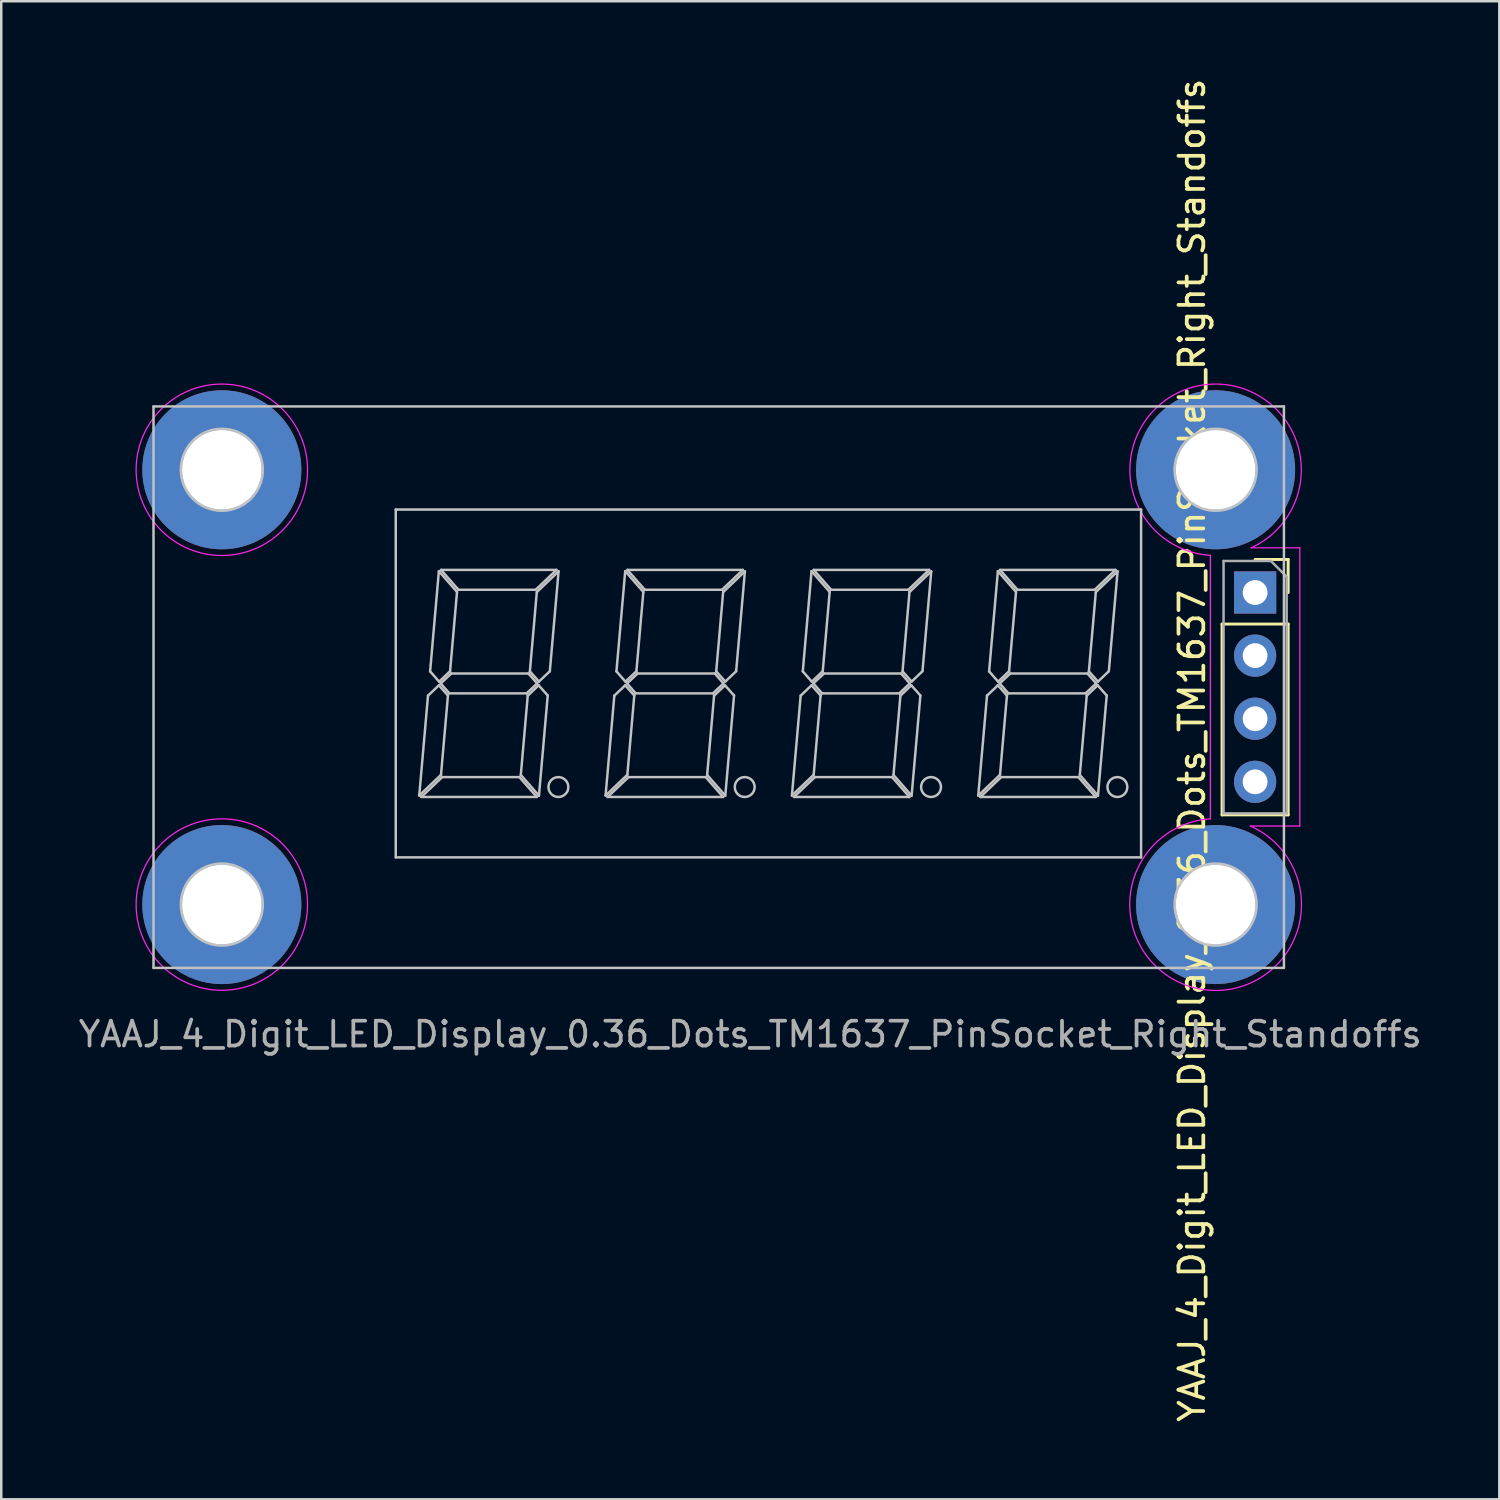
<source format=kicad_pcb>
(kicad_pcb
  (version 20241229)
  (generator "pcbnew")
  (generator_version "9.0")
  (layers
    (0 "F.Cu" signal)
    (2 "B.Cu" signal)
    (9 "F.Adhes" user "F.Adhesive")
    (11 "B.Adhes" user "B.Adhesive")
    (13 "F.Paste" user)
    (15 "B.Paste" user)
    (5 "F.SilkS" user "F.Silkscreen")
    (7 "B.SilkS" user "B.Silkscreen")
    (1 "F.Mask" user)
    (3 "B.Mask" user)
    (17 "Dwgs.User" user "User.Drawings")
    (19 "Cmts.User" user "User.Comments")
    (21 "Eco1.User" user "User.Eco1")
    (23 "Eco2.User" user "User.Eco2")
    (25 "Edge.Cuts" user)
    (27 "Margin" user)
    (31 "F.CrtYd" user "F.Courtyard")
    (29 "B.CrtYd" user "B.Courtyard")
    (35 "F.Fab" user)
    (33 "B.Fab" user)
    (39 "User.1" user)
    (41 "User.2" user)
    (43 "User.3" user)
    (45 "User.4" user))
  (footprint "YAAJ_4_Digit_LED_Display_0.36_Dots_TM1637_PinSocket_Right_Standoffs"
    (layer "F.Cu")
    (at 47.469 20.799)
    (property "Reference" "YAAJ_4_Digit_LED_Display_0.36_Dots_TM1637_PinSocket_Right_Standoffs" (at -2.54 6.35 90) (layer "F.SilkS") (effects (font (size 1 1) (thickness 0.15))))
    (attr through_hole)
    (fp_line (start -1.33 1.27) (end -1.33 8.95) (stroke (width 0.12) (type solid)) (layer "F.SilkS"))
    (fp_line (start -1.33 1.27) (end 1.33 1.27) (stroke (width 0.12) (type solid)) (layer "F.SilkS"))
    (fp_line (start -1.33 8.95) (end 1.33 8.95) (stroke (width 0.12) (type solid)) (layer "F.SilkS"))
    (fp_line (start 0 -1.33) (end 1.33 -1.33) (stroke (width 0.12) (type solid)) (layer "F.SilkS"))
    (fp_line (start 1.33 -1.33) (end 1.33 0) (stroke (width 0.12) (type solid)) (layer "F.SilkS"))
    (fp_line (start 1.33 1.27) (end 1.33 8.95) (stroke (width 0.12) (type solid)) (layer "F.SilkS"))
    (fp_line (start -44.34 -7.49) (end -44.34 15.11) (stroke (width 0.1) (type solid)) (layer "Dwgs.User"))
    (fp_line (start -44.34 15.11) (end 1.16 15.11) (stroke (width 0.1) (type solid)) (layer "Dwgs.User"))
    (fp_line (start -34.59 -3.34) (end -34.59 10.66) (stroke (width 0.1) (type solid)) (layer "Dwgs.User"))
    (fp_line (start -34.59 10.66) (end -4.59 10.66) (stroke (width 0.1) (type solid)) (layer "Dwgs.User"))
    (fp_line (start -33.644 8.172) (end -32.768 7.338) (stroke (width 0.1) (type solid)) (layer "Dwgs.User"))
    (fp_line (start -33.56 8.23) (end -28.913 8.23) (stroke (width 0.1) (type solid)) (layer "Dwgs.User"))
    (fp_line (start -33.292 4.152) (end -33.644 8.172) (stroke (width 0.1) (type solid)) (layer "Dwgs.User"))
    (fp_line (start -33.207 3.174) (end -32.844 3.588) (stroke (width 0.1) (type solid)) (layer "Dwgs.User"))
    (fp_line (start -32.854 3.735) (end -33.292 4.152) (stroke (width 0.1) (type solid)) (layer "Dwgs.User"))
    (fp_line (start -32.854 -0.858) (end -33.207 3.174) (stroke (width 0.1) (type solid)) (layer "Dwgs.User"))
    (fp_line (start -32.844 3.588) (end -32.403 3.168) (stroke (width 0.1) (type solid)) (layer "Dwgs.User"))
    (fp_line (start -32.781 3.66) (end -32.431 4.06) (stroke (width 0.1) (type solid)) (layer "Dwgs.User"))
    (fp_line (start -32.768 7.338) (end -32.489 4.146) (stroke (width 0.1) (type solid)) (layer "Dwgs.User"))
    (fp_line (start -32.767 -0.91) (end -32.066 -0.11) (stroke (width 0.1) (type solid)) (layer "Dwgs.User"))
    (fp_line (start -32.72 7.43) (end -33.56 8.23) (stroke (width 0.1) (type solid)) (layer "Dwgs.User"))
    (fp_line (start -32.489 4.146) (end -32.854 3.735) (stroke (width 0.1) (type solid)) (layer "Dwgs.User"))
    (fp_line (start -32.431 4.06) (end -29.325 4.06) (stroke (width 0.1) (type solid)) (layer "Dwgs.User"))
    (fp_line (start -32.403 3.168) (end -32.124 -0.024) (stroke (width 0.1) (type solid)) (layer "Dwgs.User"))
    (fp_line (start -32.355 3.26) (end -32.781 3.66) (stroke (width 0.1) (type solid)) (layer "Dwgs.User"))
    (fp_line (start -32.124 -0.024) (end -32.854 -0.858) (stroke (width 0.1) (type solid)) (layer "Dwgs.User"))
    (fp_line (start -32.066 -0.11) (end -28.96 -0.11) (stroke (width 0.1) (type solid)) (layer "Dwgs.User"))
    (fp_line (start -29.614 7.43) (end -32.72 7.43) (stroke (width 0.1) (type solid)) (layer "Dwgs.User"))
    (fp_line (start -29.556 7.344) (end -28.826 8.178) (stroke (width 0.1) (type solid)) (layer "Dwgs.User"))
    (fp_line (start -29.325 4.06) (end -28.899 3.66) (stroke (width 0.1) (type solid)) (layer "Dwgs.User"))
    (fp_line (start -29.277 4.152) (end -29.556 7.344) (stroke (width 0.1) (type solid)) (layer "Dwgs.User"))
    (fp_line (start -29.249 3.26) (end -32.355 3.26) (stroke (width 0.1) (type solid)) (layer "Dwgs.User"))
    (fp_line (start -29.191 3.174) (end -28.826 3.585) (stroke (width 0.1) (type solid)) (layer "Dwgs.User"))
    (fp_line (start -28.96 -0.11) (end -28.12 -0.91) (stroke (width 0.1) (type solid)) (layer "Dwgs.User"))
    (fp_line (start -28.913 8.23) (end -29.614 7.43) (stroke (width 0.1) (type solid)) (layer "Dwgs.User"))
    (fp_line (start -28.912 -0.018) (end -29.191 3.174) (stroke (width 0.1) (type solid)) (layer "Dwgs.User"))
    (fp_line (start -28.899 3.66) (end -29.249 3.26) (stroke (width 0.1) (type solid)) (layer "Dwgs.User"))
    (fp_line (start -28.839 3.735) (end -29.277 4.152) (stroke (width 0.1) (type solid)) (layer "Dwgs.User"))
    (fp_line (start -28.826 8.178) (end -28.473 4.146) (stroke (width 0.1) (type solid)) (layer "Dwgs.User"))
    (fp_line (start -28.826 3.585) (end -28.388 3.168) (stroke (width 0.1) (type solid)) (layer "Dwgs.User"))
    (fp_line (start -28.473 4.146) (end -28.839 3.735) (stroke (width 0.1) (type solid)) (layer "Dwgs.User"))
    (fp_line (start -28.388 3.168) (end -28.036 -0.852) (stroke (width 0.1) (type solid)) (layer "Dwgs.User"))
    (fp_line (start -28.12 -0.91) (end -32.767 -0.91) (stroke (width 0.1) (type solid)) (layer "Dwgs.User"))
    (fp_line (start -28.036 -0.852) (end -28.912 -0.018) (stroke (width 0.1) (type solid)) (layer "Dwgs.User"))
    (fp_line (start -26.144 8.172) (end -25.268 7.338) (stroke (width 0.1) (type solid)) (layer "Dwgs.User"))
    (fp_line (start -26.06 8.23) (end -21.413 8.23) (stroke (width 0.1) (type solid)) (layer "Dwgs.User"))
    (fp_line (start -25.792 4.152) (end -26.144 8.172) (stroke (width 0.1) (type solid)) (layer "Dwgs.User"))
    (fp_line (start -25.707 3.174) (end -25.344 3.588) (stroke (width 0.1) (type solid)) (layer "Dwgs.User"))
    (fp_line (start -25.354 3.735) (end -25.792 4.152) (stroke (width 0.1) (type solid)) (layer "Dwgs.User"))
    (fp_line (start -25.354 -0.858) (end -25.707 3.174) (stroke (width 0.1) (type solid)) (layer "Dwgs.User"))
    (fp_line (start -25.344 3.588) (end -24.903 3.168) (stroke (width 0.1) (type solid)) (layer "Dwgs.User"))
    (fp_line (start -25.281 3.66) (end -24.931 4.06) (stroke (width 0.1) (type solid)) (layer "Dwgs.User"))
    (fp_line (start -25.268 7.338) (end -24.989 4.146) (stroke (width 0.1) (type solid)) (layer "Dwgs.User"))
    (fp_line (start -25.267 -0.91) (end -24.566 -0.11) (stroke (width 0.1) (type solid)) (layer "Dwgs.User"))
    (fp_line (start -25.22 7.43) (end -26.06 8.23) (stroke (width 0.1) (type solid)) (layer "Dwgs.User"))
    (fp_line (start -24.989 4.146) (end -25.354 3.735) (stroke (width 0.1) (type solid)) (layer "Dwgs.User"))
    (fp_line (start -24.931 4.06) (end -21.825 4.06) (stroke (width 0.1) (type solid)) (layer "Dwgs.User"))
    (fp_line (start -24.903 3.168) (end -24.624 -0.024) (stroke (width 0.1) (type solid)) (layer "Dwgs.User"))
    (fp_line (start -24.855 3.26) (end -25.281 3.66) (stroke (width 0.1) (type solid)) (layer "Dwgs.User"))
    (fp_line (start -24.624 -0.024) (end -25.354 -0.858) (stroke (width 0.1) (type solid)) (layer "Dwgs.User"))
    (fp_line (start -24.566 -0.11) (end -21.46 -0.11) (stroke (width 0.1) (type solid)) (layer "Dwgs.User"))
    (fp_line (start -22.114 7.43) (end -25.22 7.43) (stroke (width 0.1) (type solid)) (layer "Dwgs.User"))
    (fp_line (start -22.056 7.344) (end -21.326 8.178) (stroke (width 0.1) (type solid)) (layer "Dwgs.User"))
    (fp_line (start -21.825 4.06) (end -21.399 3.66) (stroke (width 0.1) (type solid)) (layer "Dwgs.User"))
    (fp_line (start -21.777 4.152) (end -22.056 7.344) (stroke (width 0.1) (type solid)) (layer "Dwgs.User"))
    (fp_line (start -21.749 3.26) (end -24.855 3.26) (stroke (width 0.1) (type solid)) (layer "Dwgs.User"))
    (fp_line (start -21.691 3.174) (end -21.326 3.585) (stroke (width 0.1) (type solid)) (layer "Dwgs.User"))
    (fp_line (start -21.46 -0.11) (end -20.62 -0.91) (stroke (width 0.1) (type solid)) (layer "Dwgs.User"))
    (fp_line (start -21.413 8.23) (end -22.114 7.43) (stroke (width 0.1) (type solid)) (layer "Dwgs.User"))
    (fp_line (start -21.412 -0.018) (end -21.691 3.174) (stroke (width 0.1) (type solid)) (layer "Dwgs.User"))
    (fp_line (start -21.399 3.66) (end -21.749 3.26) (stroke (width 0.1) (type solid)) (layer "Dwgs.User"))
    (fp_line (start -21.339 3.735) (end -21.777 4.152) (stroke (width 0.1) (type solid)) (layer "Dwgs.User"))
    (fp_line (start -21.326 8.178) (end -20.973 4.146) (stroke (width 0.1) (type solid)) (layer "Dwgs.User"))
    (fp_line (start -21.326 3.585) (end -20.888 3.168) (stroke (width 0.1) (type solid)) (layer "Dwgs.User"))
    (fp_line (start -20.973 4.146) (end -21.339 3.735) (stroke (width 0.1) (type solid)) (layer "Dwgs.User"))
    (fp_line (start -20.888 3.168) (end -20.536 -0.852) (stroke (width 0.1) (type solid)) (layer "Dwgs.User"))
    (fp_line (start -20.62 -0.91) (end -25.267 -0.91) (stroke (width 0.1) (type solid)) (layer "Dwgs.User"))
    (fp_line (start -20.536 -0.852) (end -21.412 -0.018) (stroke (width 0.1) (type solid)) (layer "Dwgs.User"))
    (fp_line (start -18.644 8.172) (end -17.768 7.338) (stroke (width 0.1) (type solid)) (layer "Dwgs.User"))
    (fp_line (start -18.56 8.23) (end -13.913 8.23) (stroke (width 0.1) (type solid)) (layer "Dwgs.User"))
    (fp_line (start -18.292 4.152) (end -18.644 8.172) (stroke (width 0.1) (type solid)) (layer "Dwgs.User"))
    (fp_line (start -18.207 3.174) (end -17.844 3.588) (stroke (width 0.1) (type solid)) (layer "Dwgs.User"))
    (fp_line (start -17.854 3.735) (end -18.292 4.152) (stroke (width 0.1) (type solid)) (layer "Dwgs.User"))
    (fp_line (start -17.854 -0.858) (end -18.207 3.174) (stroke (width 0.1) (type solid)) (layer "Dwgs.User"))
    (fp_line (start -17.844 3.588) (end -17.403 3.168) (stroke (width 0.1) (type solid)) (layer "Dwgs.User"))
    (fp_line (start -17.781 3.66) (end -17.431 4.06) (stroke (width 0.1) (type solid)) (layer "Dwgs.User"))
    (fp_line (start -17.768 7.338) (end -17.489 4.146) (stroke (width 0.1) (type solid)) (layer "Dwgs.User"))
    (fp_line (start -17.767 -0.91) (end -17.066 -0.11) (stroke (width 0.1) (type solid)) (layer "Dwgs.User"))
    (fp_line (start -17.72 7.43) (end -18.56 8.23) (stroke (width 0.1) (type solid)) (layer "Dwgs.User"))
    (fp_line (start -17.489 4.146) (end -17.854 3.735) (stroke (width 0.1) (type solid)) (layer "Dwgs.User"))
    (fp_line (start -17.431 4.06) (end -14.325 4.06) (stroke (width 0.1) (type solid)) (layer "Dwgs.User"))
    (fp_line (start -17.403 3.168) (end -17.124 -0.024) (stroke (width 0.1) (type solid)) (layer "Dwgs.User"))
    (fp_line (start -17.355 3.26) (end -17.781 3.66) (stroke (width 0.1) (type solid)) (layer "Dwgs.User"))
    (fp_line (start -17.124 -0.024) (end -17.854 -0.858) (stroke (width 0.1) (type solid)) (layer "Dwgs.User"))
    (fp_line (start -17.066 -0.11) (end -13.96 -0.11) (stroke (width 0.1) (type solid)) (layer "Dwgs.User"))
    (fp_line (start -14.614 7.43) (end -17.72 7.43) (stroke (width 0.1) (type solid)) (layer "Dwgs.User"))
    (fp_line (start -14.556 7.344) (end -13.826 8.178) (stroke (width 0.1) (type solid)) (layer "Dwgs.User"))
    (fp_line (start -14.325 4.06) (end -13.899 3.66) (stroke (width 0.1) (type solid)) (layer "Dwgs.User"))
    (fp_line (start -14.277 4.152) (end -14.556 7.344) (stroke (width 0.1) (type solid)) (layer "Dwgs.User"))
    (fp_line (start -14.249 3.26) (end -17.355 3.26) (stroke (width 0.1) (type solid)) (layer "Dwgs.User"))
    (fp_line (start -14.191 3.174) (end -13.826 3.585) (stroke (width 0.1) (type solid)) (layer "Dwgs.User"))
    (fp_line (start -13.96 -0.11) (end -13.12 -0.91) (stroke (width 0.1) (type solid)) (layer "Dwgs.User"))
    (fp_line (start -13.913 8.23) (end -14.614 7.43) (stroke (width 0.1) (type solid)) (layer "Dwgs.User"))
    (fp_line (start -13.912 -0.018) (end -14.191 3.174) (stroke (width 0.1) (type solid)) (layer "Dwgs.User"))
    (fp_line (start -13.899 3.66) (end -14.249 3.26) (stroke (width 0.1) (type solid)) (layer "Dwgs.User"))
    (fp_line (start -13.839 3.735) (end -14.277 4.152) (stroke (width 0.1) (type solid)) (layer "Dwgs.User"))
    (fp_line (start -13.826 8.178) (end -13.473 4.146) (stroke (width 0.1) (type solid)) (layer "Dwgs.User"))
    (fp_line (start -13.826 3.585) (end -13.388 3.168) (stroke (width 0.1) (type solid)) (layer "Dwgs.User"))
    (fp_line (start -13.473 4.146) (end -13.839 3.735) (stroke (width 0.1) (type solid)) (layer "Dwgs.User"))
    (fp_line (start -13.388 3.168) (end -13.036 -0.852) (stroke (width 0.1) (type solid)) (layer "Dwgs.User"))
    (fp_line (start -13.12 -0.91) (end -17.767 -0.91) (stroke (width 0.1) (type solid)) (layer "Dwgs.User"))
    (fp_line (start -13.036 -0.852) (end -13.912 -0.018) (stroke (width 0.1) (type solid)) (layer "Dwgs.User"))
    (fp_line (start -11.144 8.172) (end -10.268 7.338) (stroke (width 0.1) (type solid)) (layer "Dwgs.User"))
    (fp_line (start -11.06 8.23) (end -6.413 8.23) (stroke (width 0.1) (type solid)) (layer "Dwgs.User"))
    (fp_line (start -10.792 4.152) (end -11.144 8.172) (stroke (width 0.1) (type solid)) (layer "Dwgs.User"))
    (fp_line (start -10.707 3.174) (end -10.344 3.588) (stroke (width 0.1) (type solid)) (layer "Dwgs.User"))
    (fp_line (start -10.354 3.735) (end -10.792 4.152) (stroke (width 0.1) (type solid)) (layer "Dwgs.User"))
    (fp_line (start -10.354 -0.858) (end -10.707 3.174) (stroke (width 0.1) (type solid)) (layer "Dwgs.User"))
    (fp_line (start -10.344 3.588) (end -9.903 3.168) (stroke (width 0.1) (type solid)) (layer "Dwgs.User"))
    (fp_line (start -10.281 3.66) (end -9.931 4.06) (stroke (width 0.1) (type solid)) (layer "Dwgs.User"))
    (fp_line (start -10.268 7.338) (end -9.989 4.146) (stroke (width 0.1) (type solid)) (layer "Dwgs.User"))
    (fp_line (start -10.267 -0.91) (end -9.566 -0.11) (stroke (width 0.1) (type solid)) (layer "Dwgs.User"))
    (fp_line (start -10.22 7.43) (end -11.06 8.23) (stroke (width 0.1) (type solid)) (layer "Dwgs.User"))
    (fp_line (start -9.989 4.146) (end -10.354 3.735) (stroke (width 0.1) (type solid)) (layer "Dwgs.User"))
    (fp_line (start -9.931 4.06) (end -6.825 4.06) (stroke (width 0.1) (type solid)) (layer "Dwgs.User"))
    (fp_line (start -9.903 3.168) (end -9.624 -0.024) (stroke (width 0.1) (type solid)) (layer "Dwgs.User"))
    (fp_line (start -9.855 3.26) (end -10.281 3.66) (stroke (width 0.1) (type solid)) (layer "Dwgs.User"))
    (fp_line (start -9.624 -0.024) (end -10.354 -0.858) (stroke (width 0.1) (type solid)) (layer "Dwgs.User"))
    (fp_line (start -9.566 -0.11) (end -6.46 -0.11) (stroke (width 0.1) (type solid)) (layer "Dwgs.User"))
    (fp_line (start -7.114 7.43) (end -10.22 7.43) (stroke (width 0.1) (type solid)) (layer "Dwgs.User"))
    (fp_line (start -7.056 7.344) (end -6.326 8.178) (stroke (width 0.1) (type solid)) (layer "Dwgs.User"))
    (fp_line (start -6.825 4.06) (end -6.399 3.66) (stroke (width 0.1) (type solid)) (layer "Dwgs.User"))
    (fp_line (start -6.777 4.152) (end -7.056 7.344) (stroke (width 0.1) (type solid)) (layer "Dwgs.User"))
    (fp_line (start -6.749 3.26) (end -9.855 3.26) (stroke (width 0.1) (type solid)) (layer "Dwgs.User"))
    (fp_line (start -6.691 3.174) (end -6.326 3.585) (stroke (width 0.1) (type solid)) (layer "Dwgs.User"))
    (fp_line (start -6.46 -0.11) (end -5.62 -0.91) (stroke (width 0.1) (type solid)) (layer "Dwgs.User"))
    (fp_line (start -6.413 8.23) (end -7.114 7.43) (stroke (width 0.1) (type solid)) (layer "Dwgs.User"))
    (fp_line (start -6.412 -0.018) (end -6.691 3.174) (stroke (width 0.1) (type solid)) (layer "Dwgs.User"))
    (fp_line (start -6.399 3.66) (end -6.749 3.26) (stroke (width 0.1) (type solid)) (layer "Dwgs.User"))
    (fp_line (start -6.339 3.735) (end -6.777 4.152) (stroke (width 0.1) (type solid)) (layer "Dwgs.User"))
    (fp_line (start -6.326 8.178) (end -5.973 4.146) (stroke (width 0.1) (type solid)) (layer "Dwgs.User"))
    (fp_line (start -6.326 3.585) (end -5.888 3.168) (stroke (width 0.1) (type solid)) (layer "Dwgs.User"))
    (fp_line (start -5.973 4.146) (end -6.339 3.735) (stroke (width 0.1) (type solid)) (layer "Dwgs.User"))
    (fp_line (start -5.888 3.168) (end -5.536 -0.852) (stroke (width 0.1) (type solid)) (layer "Dwgs.User"))
    (fp_line (start -5.62 -0.91) (end -10.267 -0.91) (stroke (width 0.1) (type solid)) (layer "Dwgs.User"))
    (fp_line (start -5.536 -0.852) (end -6.412 -0.018) (stroke (width 0.1) (type solid)) (layer "Dwgs.User"))
    (fp_line (start -4.59 -3.34) (end -34.59 -3.34) (stroke (width 0.1) (type solid)) (layer "Dwgs.User"))
    (fp_line (start -4.59 10.66) (end -4.59 -3.34) (stroke (width 0.1) (type solid)) (layer "Dwgs.User"))
    (fp_line (start 1.16 -7.49) (end -44.34 -7.49) (stroke (width 0.1) (type solid)) (layer "Dwgs.User"))
    (fp_line (start 1.16 15.11) (end 1.16 -7.49) (stroke (width 0.1) (type solid)) (layer "Dwgs.User"))
    (fp_circle (center -41.59 -4.94) (end -39.94 -4.94) (stroke (width 0.1) (type solid)) (fill no) (layer "Dwgs.User"))
    (fp_circle (center -41.59 12.56) (end -39.94 12.56) (stroke (width 0.1) (type solid)) (fill no) (layer "Dwgs.User"))
    (fp_circle (center -28.044 7.83) (end -27.644 7.83) (stroke (width 0.1) (type solid)) (fill no) (layer "Dwgs.User"))
    (fp_circle (center -20.544 7.83) (end -20.144 7.83) (stroke (width 0.1) (type solid)) (fill no) (layer "Dwgs.User"))
    (fp_circle (center -13.044 7.83) (end -12.644 7.83) (stroke (width 0.1) (type solid)) (fill no) (layer "Dwgs.User"))
    (fp_circle (center -5.544 7.83) (end -5.144 7.83) (stroke (width 0.1) (type solid)) (fill no) (layer "Dwgs.User"))
    (fp_circle (center -1.59 -4.94) (end 0.06 -4.94) (stroke (width 0.1) (type solid)) (fill no) (layer "Dwgs.User"))
    (fp_circle (center -1.59 12.56) (end 0.06 12.56) (stroke (width 0.1) (type solid)) (fill no) (layer "Dwgs.User"))
    (fp_line (start -1.8 -1.496) (end -1.8 9.11) (stroke (width 0.05) (type solid)) (layer "F.CrtYd"))
    (fp_line (start -0.19 9.4) (end 1.8 9.4) (stroke (width 0.05) (type solid)) (layer "F.CrtYd"))
    (fp_line (start 1.8 -1.8) (end -0.16 -1.8) (stroke (width 0.05) (type solid)) (layer "F.CrtYd"))
    (fp_line (start 1.8 9.4) (end 1.8 -1.8) (stroke (width 0.05) (type solid)) (layer "F.CrtYd"))
    (fp_arc (start -1.800415 -1.496132) (mid -2.218435 -8.332576) (end -0.16 -1.8) (stroke (width 0.05) (type solid)) (layer "F.CrtYd"))
    (fp_arc (start -0.189941 9.399868) (mid -2.202426 15.961696) (end -1.8 9.11) (stroke (width 0.05) (type solid)) (layer "F.CrtYd"))
    (fp_circle (center -41.59 -4.94) (end -38.14 -4.94) (stroke (width 0.05) (type solid)) (fill no) (layer "F.CrtYd"))
    (fp_circle (center -41.59 12.56) (end -38.14 12.56) (stroke (width 0.05) (type solid)) (fill no) (layer "F.CrtYd"))
    (fp_line (start -1.27 -1.27) (end 0.635 -1.27) (stroke (width 0.1) (type solid)) (layer "F.Fab"))
    (fp_line (start -1.27 8.89) (end -1.27 -1.27) (stroke (width 0.1) (type solid)) (layer "F.Fab"))
    (fp_line (start 0.635 -1.27) (end 1.27 -0.635) (stroke (width 0.1) (type solid)) (layer "F.Fab"))
    (fp_line (start 1.27 -0.635) (end 1.27 8.89) (stroke (width 0.1) (type solid)) (layer "F.Fab"))
    (fp_line (start 1.27 8.89) (end -1.27 8.89) (stroke (width 0.1) (type solid)) (layer "F.Fab"))
    (fp_text user "YAAJ_4_Digit_LED_Display_0.36_Dots_TM1637_PinSocket_Right_Standoffs" (at -20.32 17.78 0) (layer "F.Fab") (effects (font (size 1 1) (thickness 0.15))))
    (pad "" thru_hole circle (at -41.59 -4.94) (size 6.4 6.4) (drill 3.2) (layers "*.Cu" "*.Mask"))
    (pad "" thru_hole circle (at -41.59 12.56) (size 6.4 6.4) (drill 3.2) (layers "*.Cu" "*.Mask"))
    (pad "" thru_hole circle (at -1.59 -4.94) (size 6.4 6.4) (drill 3.2) (layers "*.Cu" "*.Mask"))
    (pad "" thru_hole circle (at -1.59 12.56) (size 6.4 6.4) (drill 3.2) (layers "*.Cu" "*.Mask"))
    (pad "1" thru_hole rect (at 0 0) (size 1.7 1.7) (drill 1) (layers "*.Cu" "*.Mask"))
    (pad "2" thru_hole oval (at 0 2.54) (size 1.7 1.7) (drill 1) (layers "*.Cu" "*.Mask"))
    (pad "3" thru_hole oval (at 0 5.08) (size 1.7 1.7) (drill 1) (layers "*.Cu" "*.Mask"))
    (pad "4" thru_hole oval (at 0 7.62) (size 1.7 1.7) (drill 1) (layers "*.Cu" "*.Mask")))
  (gr_rect
    (start -3 -3)
    (end 57.298 57.298)
    (stroke (width 0.1) (type default))
    (fill no)
    (layer "Edge.Cuts")))
</source>
